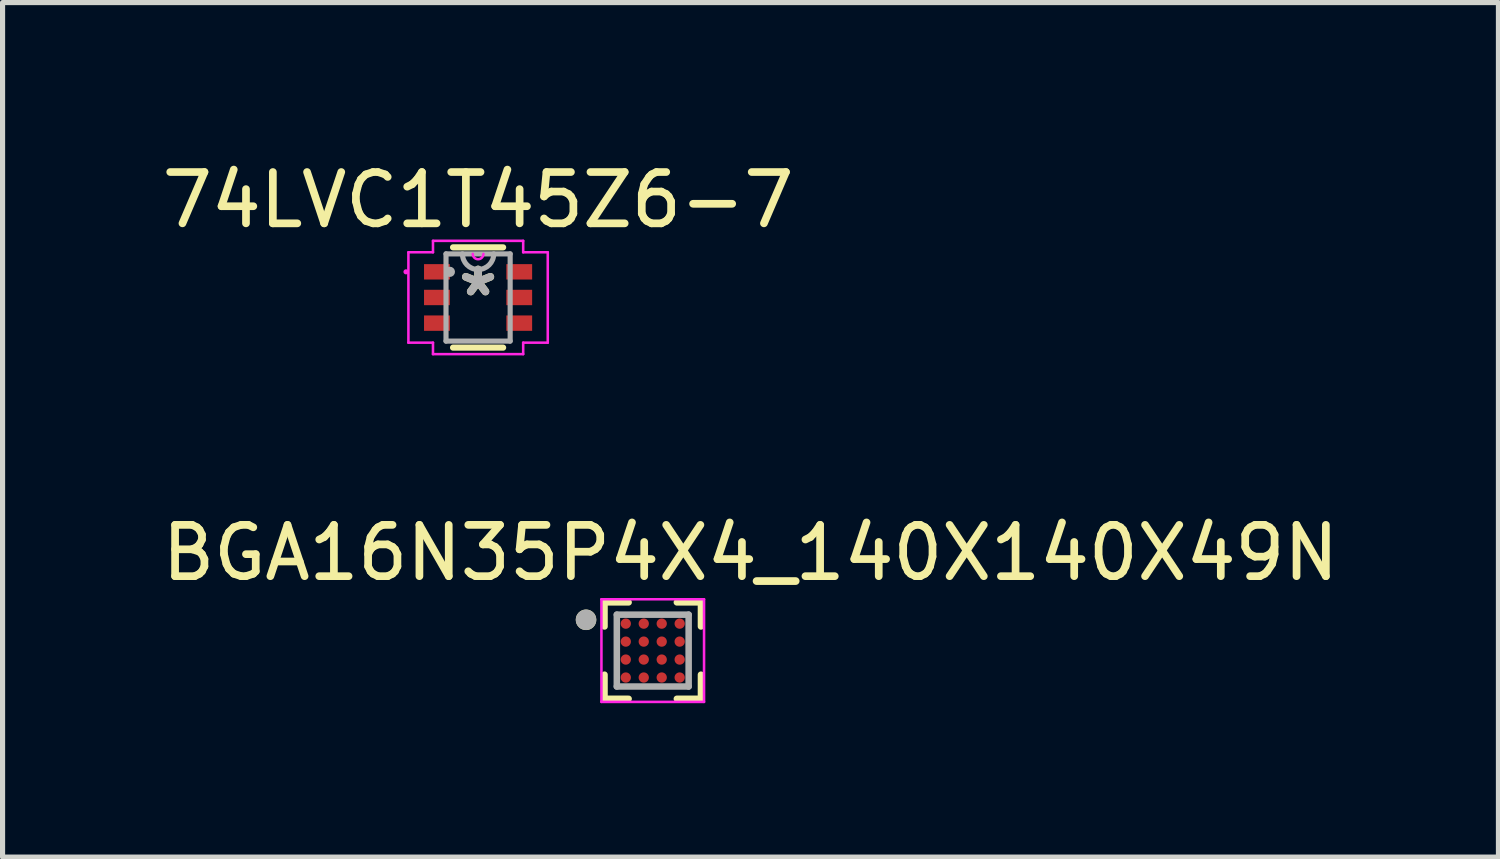
<source format=kicad_pcb>
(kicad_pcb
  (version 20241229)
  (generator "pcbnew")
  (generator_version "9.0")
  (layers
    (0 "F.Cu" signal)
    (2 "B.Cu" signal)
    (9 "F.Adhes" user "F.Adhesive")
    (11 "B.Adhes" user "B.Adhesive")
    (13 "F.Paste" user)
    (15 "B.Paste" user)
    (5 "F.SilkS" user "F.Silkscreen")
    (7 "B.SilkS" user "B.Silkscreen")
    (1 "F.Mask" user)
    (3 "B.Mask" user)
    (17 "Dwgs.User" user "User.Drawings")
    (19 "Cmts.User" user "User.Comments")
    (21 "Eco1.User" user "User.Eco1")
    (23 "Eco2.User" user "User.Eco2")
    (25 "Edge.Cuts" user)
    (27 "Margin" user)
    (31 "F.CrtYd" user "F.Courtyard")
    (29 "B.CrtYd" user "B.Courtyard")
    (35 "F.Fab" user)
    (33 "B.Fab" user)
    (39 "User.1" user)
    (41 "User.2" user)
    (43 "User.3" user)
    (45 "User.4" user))
  (footprint "74LVC1T45Z6-7"
    (layer "F.Cu")
    (at 6.268 2.748)
    (property "Reference" "74LVC1T45Z6-7" (at 0 -1.9 0) (layer "F.SilkS") (effects (font (size 1 1) (thickness 0.15))))
    (attr through_hole)
    (fp_line (start -0.488 0.977) (end 0.488 0.977) (stroke (width 0.12) (type solid)) (layer "F.SilkS"))
    (fp_line (start 0.488 -0.977) (end -0.488 -0.977) (stroke (width 0.12) (type solid)) (layer "F.SilkS"))
    (fp_line (start -1.358 -0.881) (end -0.879 -0.881) (stroke (width 0.05) (type solid)) (layer "F.CrtYd"))
    (fp_line (start -1.358 0.881) (end -1.358 -0.881) (stroke (width 0.05) (type solid)) (layer "F.CrtYd"))
    (fp_line (start -0.879 -1.104) (end 0.879 -1.104) (stroke (width 0.05) (type solid)) (layer "F.CrtYd"))
    (fp_line (start -0.879 -0.881) (end -0.879 -1.104) (stroke (width 0.05) (type solid)) (layer "F.CrtYd"))
    (fp_line (start -0.879 0.881) (end -1.358 0.881) (stroke (width 0.05) (type solid)) (layer "F.CrtYd"))
    (fp_line (start -0.879 1.104) (end -0.879 0.881) (stroke (width 0.05) (type solid)) (layer "F.CrtYd"))
    (fp_line (start 0.879 -1.104) (end 0.879 -0.881) (stroke (width 0.05) (type solid)) (layer "F.CrtYd"))
    (fp_line (start 0.879 -0.881) (end 1.358 -0.881) (stroke (width 0.05) (type solid)) (layer "F.CrtYd"))
    (fp_line (start 0.879 0.881) (end 0.879 1.104) (stroke (width 0.05) (type solid)) (layer "F.CrtYd"))
    (fp_line (start 0.879 1.104) (end -0.879 1.104) (stroke (width 0.05) (type solid)) (layer "F.CrtYd"))
    (fp_line (start 1.358 -0.881) (end 1.358 0.881) (stroke (width 0.05) (type solid)) (layer "F.CrtYd"))
    (fp_line (start 1.358 0.881) (end 0.879 0.881) (stroke (width 0.05) (type solid)) (layer "F.CrtYd"))
    (fp_arc (start 0.104167 -0.85) (mid 0 -0.745833) (end -0.104167 -0.85) (stroke (width 0.05) (type solid)) (layer "F.CrtYd"))
    (fp_circle (center -1.405 -0.5) (end -1.405 -0.5) (stroke (width 0.05) (type solid)) (fill no) (layer "F.CrtYd"))
    (fp_line (start -0.625 -0.85) (end -0.625 0.85) (stroke (width 0.1) (type solid)) (layer "F.Fab"))
    (fp_line (start -0.625 0.85) (end 0.625 0.85) (stroke (width 0.1) (type solid)) (layer "F.Fab"))
    (fp_line (start 0.625 -0.85) (end -0.625 -0.85) (stroke (width 0.1) (type solid)) (layer "F.Fab"))
    (fp_line (start 0.625 0.85) (end 0.625 -0.85) (stroke (width 0.1) (type solid)) (layer "F.Fab"))
    (fp_arc (start 0.3048 -0.85) (mid 0 -0.5452) (end -0.3048 -0.85) (stroke (width 0.1) (type solid)) (layer "F.Fab"))
    (fp_circle (center -0.55 -0.5) (end -0.55 -0.5) (stroke (width 0.1) (type solid)) (fill no) (layer "F.Fab"))
    (fp_text user "*" (at 0 0 0) (layer "F.SilkS") (effects (font (size 1 1) (thickness 0.15))))
    (fp_text user "*" (at 0 0 0) (layer "F.Fab") (effects (font (size 1 1) (thickness 0.15))))
    (pad "1" smd rect (at -0.802 -0.5) (size 0.503 0.3) (layers "F.Cu" "F.Mask" "F.Paste"))
    (pad "2" smd rect (at -0.802 0) (size 0.503 0.3) (layers "F.Cu" "F.Mask" "F.Paste"))
    (pad "3" smd rect (at -0.802 0.5) (size 0.503 0.3) (layers "F.Cu" "F.Mask" "F.Paste"))
    (pad "4" smd rect (at 0.802 0.5) (size 0.503 0.3) (layers "F.Cu" "F.Mask" "F.Paste"))
    (pad "5" smd rect (at 0.802 0) (size 0.503 0.3) (layers "F.Cu" "F.Mask" "F.Paste"))
    (pad "6" smd rect (at 0.802 -0.5) (size 0.503 0.3) (layers "F.Cu" "F.Mask" "F.Paste")))
  (footprint "BGA16N35P4X4_140X140X49N"
    (layer "F.Cu")
    (at 9.672 9.63)
    (property "Reference" "BGA16N35P4X4_140X140X49N" (at 1.905 -1.905 0) (layer "F.SilkS") (effects (font (size 1 1) (thickness 0.15))))
    (attr through_hole)
    (fp_line (start -0.94 -0.94) (end -0.94 -0.47) (stroke (width 0.127) (type solid)) (layer "F.SilkS"))
    (fp_line (start -0.94 0.47) (end -0.94 0.94) (stroke (width 0.127) (type solid)) (layer "F.SilkS"))
    (fp_line (start -0.94 0.94) (end -0.47 0.94) (stroke (width 0.127) (type solid)) (layer "F.SilkS"))
    (fp_line (start -0.47 -0.94) (end -0.94 -0.94) (stroke (width 0.127) (type solid)) (layer "F.SilkS"))
    (fp_line (start 0.47 -0.94) (end 0.94 -0.94) (stroke (width 0.127) (type solid)) (layer "F.SilkS"))
    (fp_line (start 0.94 -0.94) (end 0.94 -0.47) (stroke (width 0.127) (type solid)) (layer "F.SilkS"))
    (fp_line (start 0.94 0.47) (end 0.94 0.94) (stroke (width 0.127) (type solid)) (layer "F.SilkS"))
    (fp_line (start 0.94 0.94) (end 0.47 0.94) (stroke (width 0.127) (type solid)) (layer "F.SilkS"))
    (fp_circle (center -1.3 -0.6) (end -1.2 -0.6) (stroke (width 0.2) (type solid)) (fill no) (layer "F.SilkS"))
    (fp_line (start -1 -1) (end 1 -1) (stroke (width 0.05) (type solid)) (layer "F.CrtYd"))
    (fp_line (start -1 1) (end -1 -1) (stroke (width 0.05) (type solid)) (layer "F.CrtYd"))
    (fp_line (start 1 -1) (end 1 1) (stroke (width 0.05) (type solid)) (layer "F.CrtYd"))
    (fp_line (start 1 1) (end -1 1) (stroke (width 0.05) (type solid)) (layer "F.CrtYd"))
    (fp_line (start -0.7 -0.7) (end 0.7 -0.7) (stroke (width 0.127) (type solid)) (layer "F.Fab"))
    (fp_line (start -0.7 0.7) (end -0.7 -0.7) (stroke (width 0.127) (type solid)) (layer "F.Fab"))
    (fp_line (start 0.7 -0.7) (end 0.7 0.7) (stroke (width 0.127) (type solid)) (layer "F.Fab"))
    (fp_line (start 0.7 0.7) (end -0.7 0.7) (stroke (width 0.127) (type solid)) (layer "F.Fab"))
    (fp_circle (center -1.3 -0.6) (end -1.2 -0.6) (stroke (width 0.2) (type solid)) (fill no) (layer "F.Fab"))
    (pad "A1" smd circle (at -0.525 -0.525) (size 0.2 0.2) (layers "F.Cu" "F.Mask" "F.Paste"))
    (pad "A2" smd circle (at -0.175 -0.525) (size 0.2 0.2) (layers "F.Cu" "F.Mask" "F.Paste"))
    (pad "A3" smd circle (at 0.175 -0.525) (size 0.2 0.2) (layers "F.Cu" "F.Mask" "F.Paste"))
    (pad "A4" smd circle (at 0.525 -0.525) (size 0.2 0.2) (layers "F.Cu" "F.Mask" "F.Paste"))
    (pad "B1" smd circle (at -0.525 -0.175) (size 0.2 0.2) (layers "F.Cu" "F.Mask" "F.Paste"))
    (pad "B2" smd circle (at -0.175 -0.175) (size 0.2 0.2) (layers "F.Cu" "F.Mask" "F.Paste"))
    (pad "B3" smd circle (at 0.175 -0.175) (size 0.2 0.2) (layers "F.Cu" "F.Mask" "F.Paste"))
    (pad "B4" smd circle (at 0.525 -0.175) (size 0.2 0.2) (layers "F.Cu" "F.Mask" "F.Paste"))
    (pad "C1" smd circle (at -0.525 0.175) (size 0.2 0.2) (layers "F.Cu" "F.Mask" "F.Paste"))
    (pad "C2" smd circle (at -0.175 0.175) (size 0.2 0.2) (layers "F.Cu" "F.Mask" "F.Paste"))
    (pad "C3" smd circle (at 0.175 0.175) (size 0.2 0.2) (layers "F.Cu" "F.Mask" "F.Paste"))
    (pad "C4" smd circle (at 0.525 0.175) (size 0.2 0.2) (layers "F.Cu" "F.Mask" "F.Paste"))
    (pad "D1" smd circle (at -0.525 0.525) (size 0.2 0.2) (layers "F.Cu" "F.Mask" "F.Paste"))
    (pad "D2" smd circle (at -0.175 0.525) (size 0.2 0.2) (layers "F.Cu" "F.Mask" "F.Paste"))
    (pad "D3" smd circle (at 0.175 0.525) (size 0.2 0.2) (layers "F.Cu" "F.Mask" "F.Paste"))
    (pad "D4" smd circle (at 0.525 0.525) (size 0.2 0.2) (layers "F.Cu" "F.Mask" "F.Paste")))
  (gr_rect
    (start -3 -3)
    (end 26.155 13.655)
    (stroke (width 0.1) (type default))
    (fill no)
    (layer "Edge.Cuts")))
</source>
